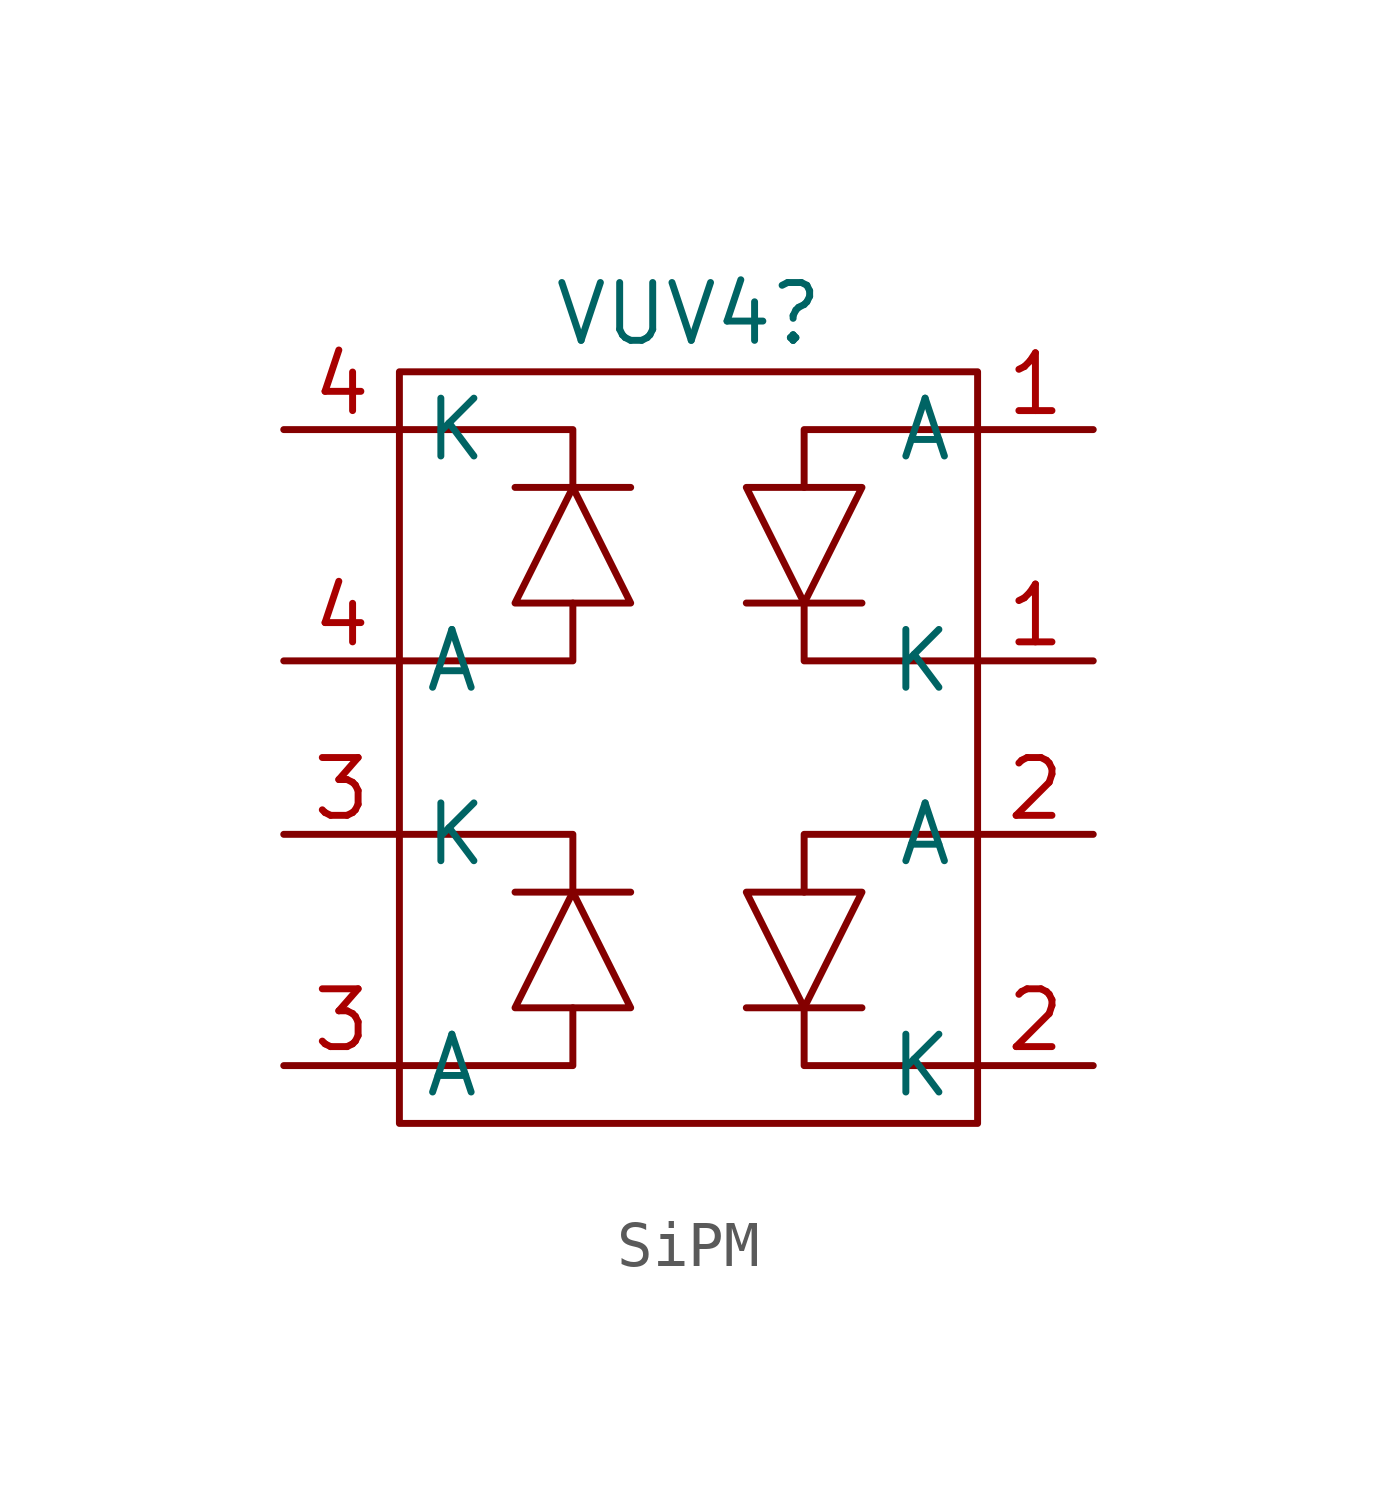
<source format=kicad_sym>
(kicad_symbol_lib
  (version 20231120)
  (generator "kicad_symbol_editor")
  (generator_version "8.0")
  (symbol "SiPM"
    (property "Reference" "VUV4"
      (at 0 0 0)
      (effects (font (size 1.27 1.27))))
    (property "Value" ""
      (at 0 0 0)
      (effects (font (size 1.27 1.27))))
    (symbol "SiPM_0_1"
      (rectangle (start -6.35 -1.27) (end 6.35 -17.78) (stroke (width 0) (type default)) (fill (type none)))
      (polyline (pts (xy -3.81 -12.7) (xy -1.27 -12.7)) (stroke (width 0) (type default)) (fill (type none)))
      (polyline (pts (xy -3.81 -3.81) (xy -1.27 -3.81)) (stroke (width 0) (type default)) (fill (type none)))
      (polyline (pts (xy 3.81 -15.24) (xy 1.27 -15.24)) (stroke (width 0) (type default)) (fill (type none)))
      (polyline (pts (xy 3.81 -6.35) (xy 1.27 -6.35)) (stroke (width 0) (type default)) (fill (type none)))
      (polyline (pts (xy -2.54 -15.24) (xy -2.54 -16.51) (xy -6.35 -16.51)) (stroke (width 0) (type default)) (fill (type none)))
      (polyline (pts (xy -2.54 -12.7) (xy -2.54 -11.43) (xy -6.35 -11.43)) (stroke (width 0) (type default)) (fill (type none)))
      (polyline (pts (xy -2.54 -6.35) (xy -2.54 -7.62) (xy -6.35 -7.62)) (stroke (width 0) (type default)) (fill (type none)))
      (polyline (pts (xy -2.54 -3.81) (xy -2.54 -2.54) (xy -6.35 -2.54)) (stroke (width 0) (type default)) (fill (type none)))
      (polyline (pts (xy 2.54 -15.24) (xy 2.54 -16.51) (xy 6.35 -16.51)) (stroke (width 0) (type default)) (fill (type none)))
      (polyline (pts (xy 2.54 -12.7) (xy 2.54 -11.43) (xy 6.35 -11.43)) (stroke (width 0) (type default)) (fill (type none)))
      (polyline (pts (xy 2.54 -6.35) (xy 2.54 -7.62) (xy 6.35 -7.62)) (stroke (width 0) (type default)) (fill (type none)))
      (polyline (pts (xy 2.54 -3.81) (xy 2.54 -2.54) (xy 6.35 -2.54)) (stroke (width 0) (type default)) (fill (type none)))
      (polyline (pts (xy -2.54 -12.7) (xy -3.81 -15.24) (xy -1.27 -15.24) (xy -2.54 -12.7)) (stroke (width 0) (type default)) (fill (type none)))
      (polyline (pts (xy -2.54 -3.81) (xy -3.81 -6.35) (xy -1.27 -6.35) (xy -2.54 -3.81)) (stroke (width 0) (type default)) (fill (type none)))
      (polyline (pts (xy 2.54 -15.24) (xy 3.81 -12.7) (xy 1.27 -12.7) (xy 2.54 -15.24)) (stroke (width 0) (type default)) (fill (type none)))
      (polyline (pts (xy 2.54 -6.35) (xy 3.81 -3.81) (xy 1.27 -3.81) (xy 2.54 -6.35)) (stroke (width 0) (type default)) (fill (type none))))
    (symbol "SiPM_1_1"
      (pin output line (at 8.89 -2.54 180) (length 2.54) (name "A" (effects (font (size 1.27 1.27)))) (number "1" (effects (font (size 1.27 1.27)))))
      (pin input line (at 8.89 -7.62 180) (length 2.54) (name "K" (effects (font (size 1.27 1.27)))) (number "1" (effects (font (size 1.27 1.27)))))
      (pin output line (at 8.89 -11.43 180) (length 2.54) (name "A" (effects (font (size 1.27 1.27)))) (number "2" (effects (font (size 1.27 1.27)))))
      (pin input line (at 8.89 -16.51 180) (length 2.54) (name "K" (effects (font (size 1.27 1.27)))) (number "2" (effects (font (size 1.27 1.27)))))
      (pin output line (at -8.89 -16.51 0) (length 2.54) (name "A" (effects (font (size 1.27 1.27)))) (number "3" (effects (font (size 1.27 1.27)))))
      (pin input line (at -8.89 -11.43 0) (length 2.54) (name "K" (effects (font (size 1.27 1.27)))) (number "3" (effects (font (size 1.27 1.27)))))
      (pin output line (at -8.89 -7.62 0) (length 2.54) (name "A" (effects (font (size 1.27 1.27)))) (number "4" (effects (font (size 1.27 1.27)))))
      (pin input line (at -8.89 -2.54 0) (length 2.54) (name "K" (effects (font (size 1.27 1.27)))) (number "4" (effects (font (size 1.27 1.27))))))))
</source>
